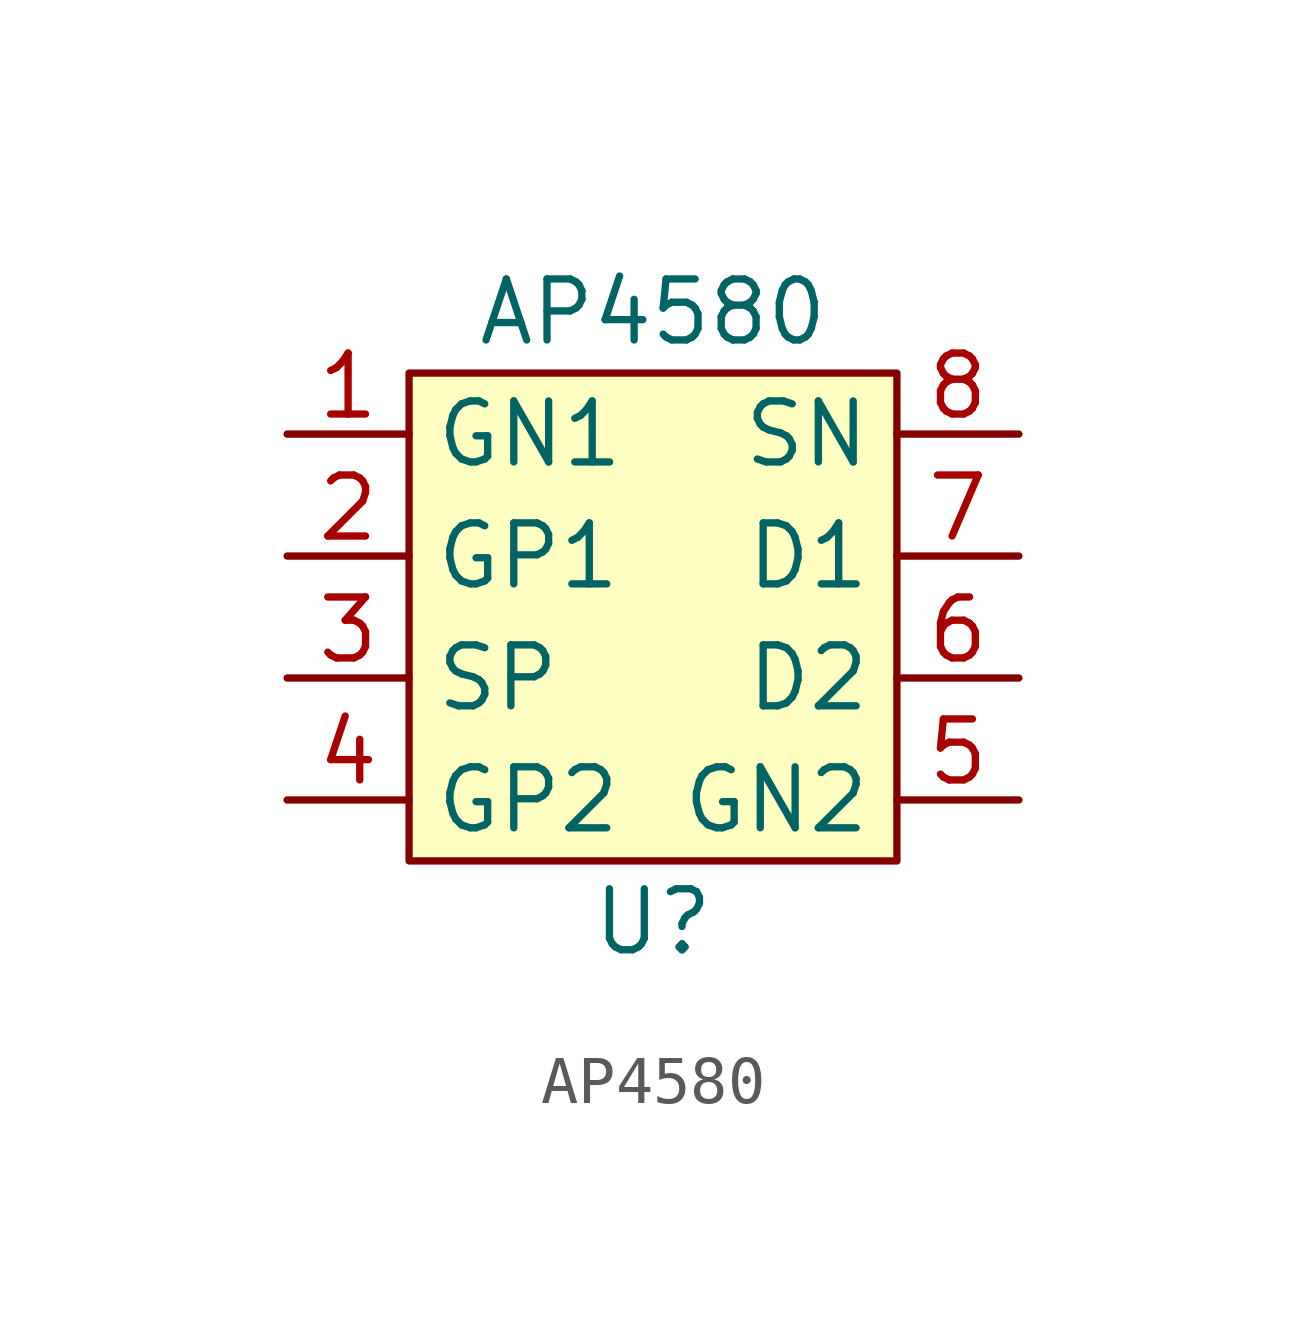
<source format=kicad_sym>
(kicad_symbol_lib
  (version 20211014)
  (generator kicad_symbol_editor)
  (symbol "AP4580"
    (property "Reference" "U"
      (at 0 -6.35 0)
      (effects (font (size 1.27 1.27))))
    (property "Value" "AP4580"
      (at 0 6.35 0)
      (effects (font (size 1.27 1.27))))
    (symbol "AP4580_0_1"
      (rectangle (start -5.08 5.08) (end 5.08 -5.08) (stroke (width 0.152) (type default) (color 0 0 0 0)) (fill (type background))))
    (symbol "AP4580_1_1"
      (pin bidirectional line (at -7.62 3.81 0) (length 2.54) (name "GN1" (effects (font (size 1.27 1.27)))) (number "1" (effects (font (size 1.27 1.27)))))
      (pin bidirectional line (at -7.62 1.27 0) (length 2.54) (name "GP1" (effects (font (size 1.27 1.27)))) (number "2" (effects (font (size 1.27 1.27)))))
      (pin bidirectional line (at -7.62 -1.27 0) (length 2.54) (name "SP" (effects (font (size 1.27 1.27)))) (number "3" (effects (font (size 1.27 1.27)))))
      (pin bidirectional line (at -7.62 -3.81 0) (length 2.54) (name "GP2" (effects (font (size 1.27 1.27)))) (number "4" (effects (font (size 1.27 1.27)))))
      (pin bidirectional line (at 7.62 -3.81 180) (length 2.54) (name "GN2" (effects (font (size 1.27 1.27)))) (number "5" (effects (font (size 1.27 1.27)))))
      (pin bidirectional line (at 7.62 -1.27 180) (length 2.54) (name "D2" (effects (font (size 1.27 1.27)))) (number "6" (effects (font (size 1.27 1.27)))))
      (pin bidirectional line (at 7.62 1.27 180) (length 2.54) (name "D1" (effects (font (size 1.27 1.27)))) (number "7" (effects (font (size 1.27 1.27)))))
      (pin bidirectional line (at 7.62 3.81 180) (length 2.54) (name "SN" (effects (font (size 1.27 1.27)))) (number "8" (effects (font (size 1.27 1.27))))))))
</source>
